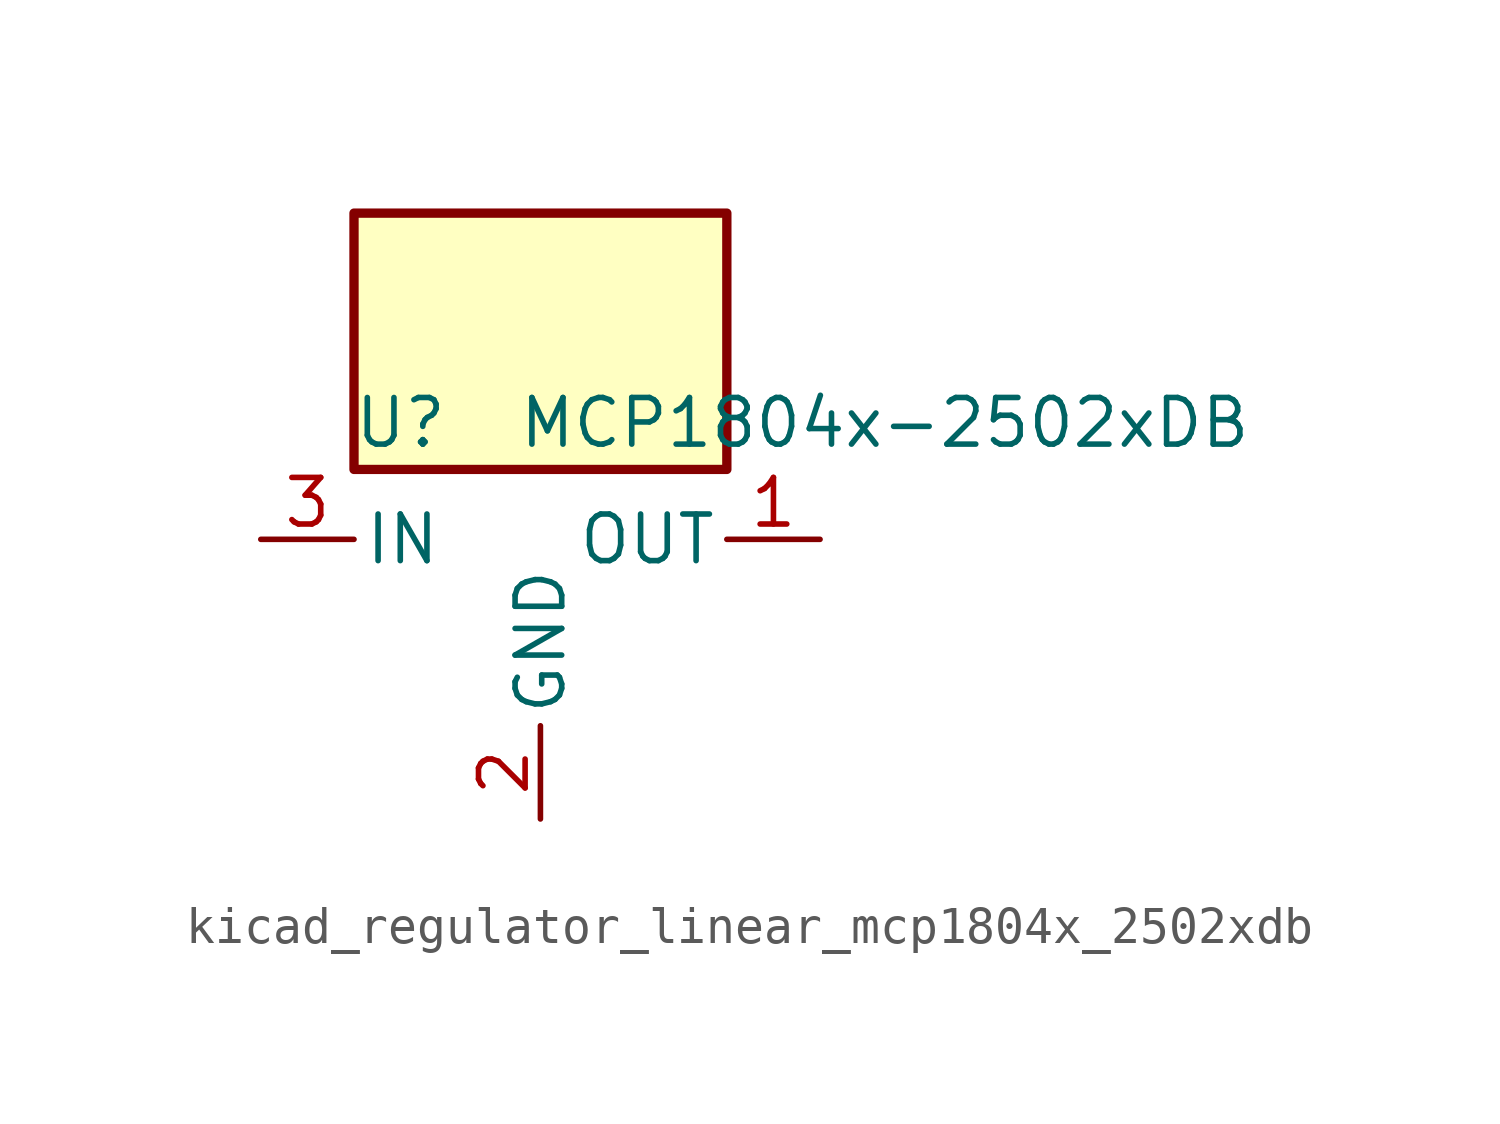
<source format=kicad_sym>
(kicad_symbol_lib
  (version 20220914)
  (generator kicad_symbol_editor)
  (symbol "kicad_regulator_linear_mcp1804x_2502xdb"
    (pin_names
      (offset 0.254))
    (property "Reference" "U"
      (at -3.81 3.175 0)
      (effects (font (size 1.27 1.27))))
    (property "Value" "MCP1804x-2502xDB"
      (at -0.635 3.175 0)
      (effects (font (size 1.27 1.27)) (justify left)))
    (symbol "kicad_regulator_linear_mcp1804x_2502xdb_0_1"
      (rectangle (start 5.08 8.89) (end -5.08 1.905) (stroke (width 0.254) (type default)) (fill (type background))))
    (symbol "kicad_regulator_linear_mcp1804x_2502xdb_1_1"
      (pin power_out line (at 7.62 0 180) (length 2.54) (name "OUT" (effects (font (size 1.27 1.27)))) (number "1" (effects (font (size 1.27 1.27)))))
      (pin power_in line (at 0 -7.62 90) (length 2.54) (name "GND" (effects (font (size 1.27 1.27)))) (number "2" (effects (font (size 1.27 1.27)))))
      (pin power_in line (at -7.62 0 0) (length 2.54) (name "IN" (effects (font (size 1.27 1.27)))) (number "3" (effects (font (size 1.27 1.27))))))))
</source>
